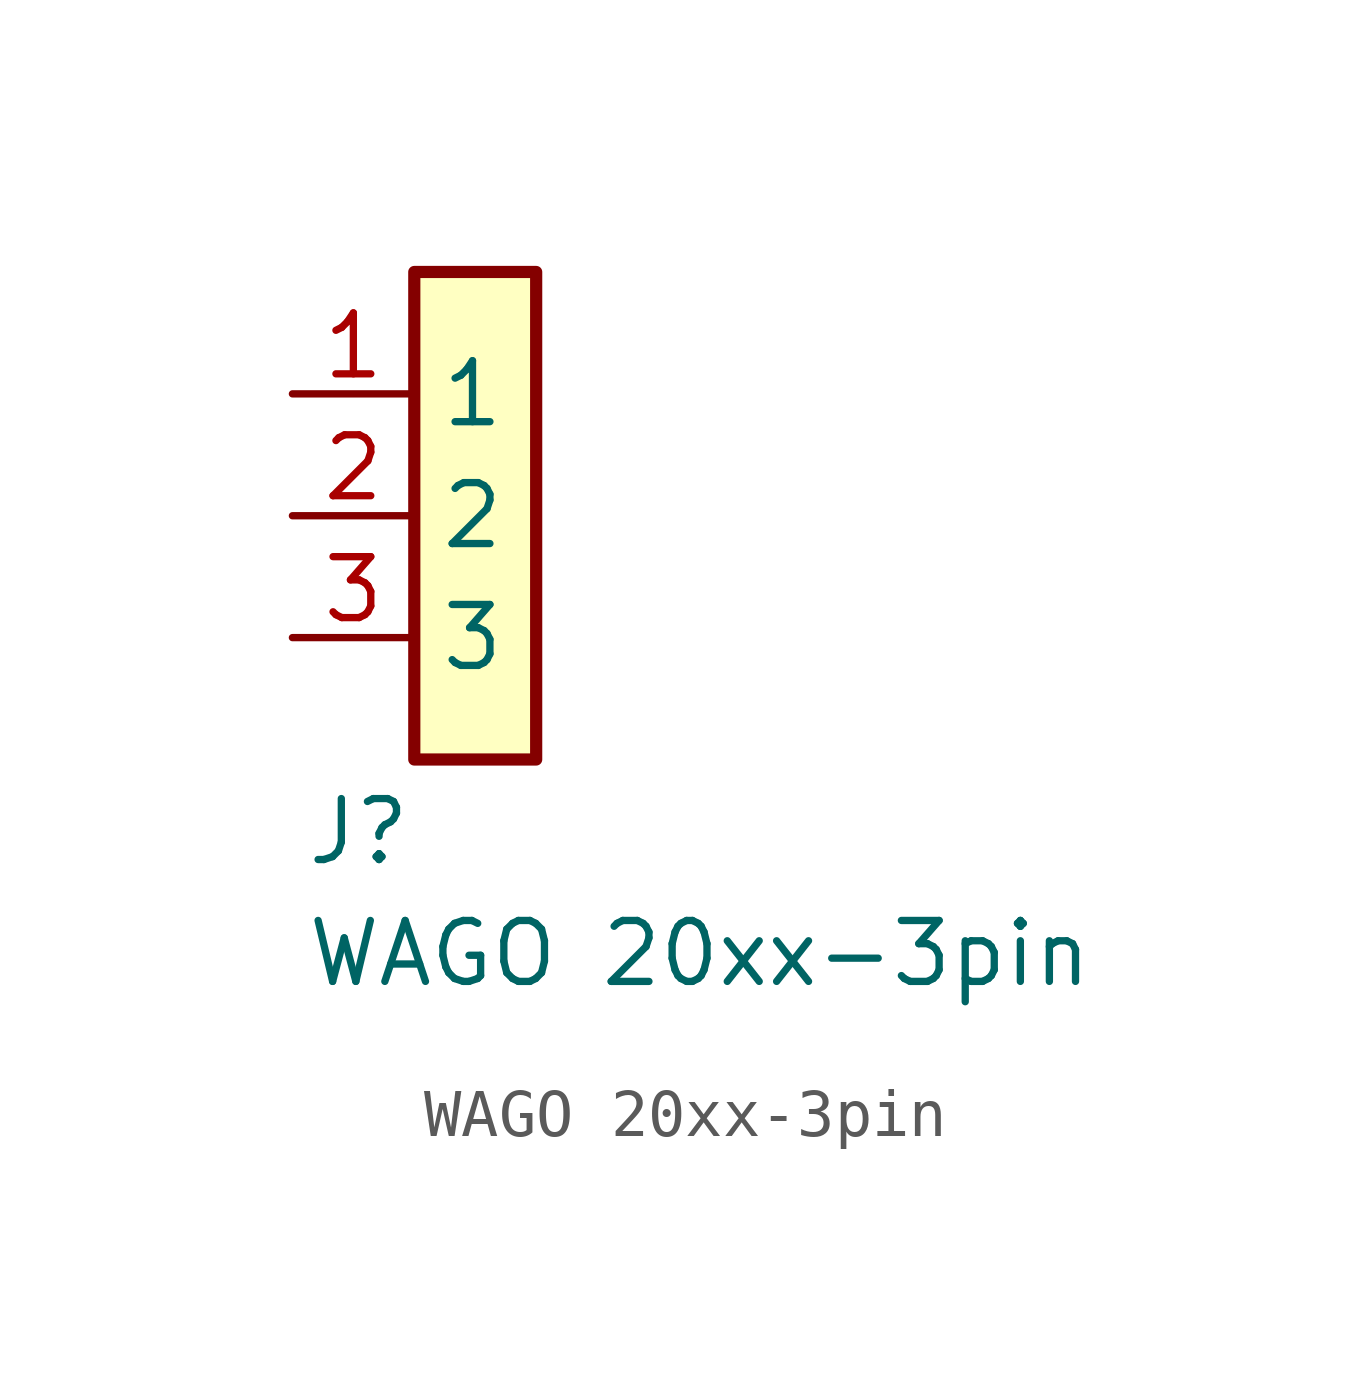
<source format=kicad_sym>
(kicad_symbol_lib
  (version 20241209)
  (generator "kicad_symbol_editor")
  (generator_version "9.0")
  (symbol "WAGO 20xx-3pin"
    (property "Reference" "J"
      (at 2.794 -8.382 0)
      (effects (font (size 1.27 1.27)) (justify left top)))
    (property "Value" "WAGO 20xx-3pin"
      (at 2.794 -10.922 0)
      (effects (font (size 1.27 1.27)) (justify left top)))
    (symbol "WAGO 20xx-3pin_1_1"
      (rectangle (start 5.08 2.54) (end 7.62 -7.62) (stroke (width 0.254) (type default)) (fill (type background)))
      (pin bidirectional line (at 2.54 0 0) (length 2.54) (name "1" (effects (font (size 1.27 1.27)))) (number "1" (effects (font (size 1.27 1.27)))))
      (pin bidirectional line (at 2.54 -2.54 0) (length 2.54) (name "2" (effects (font (size 1.27 1.27)))) (number "2" (effects (font (size 1.27 1.27)))))
      (pin bidirectional line (at 2.54 -5.08 0) (length 2.54) (name "3" (effects (font (size 1.27 1.27)))) (number "3" (effects (font (size 1.27 1.27))))))))
</source>
